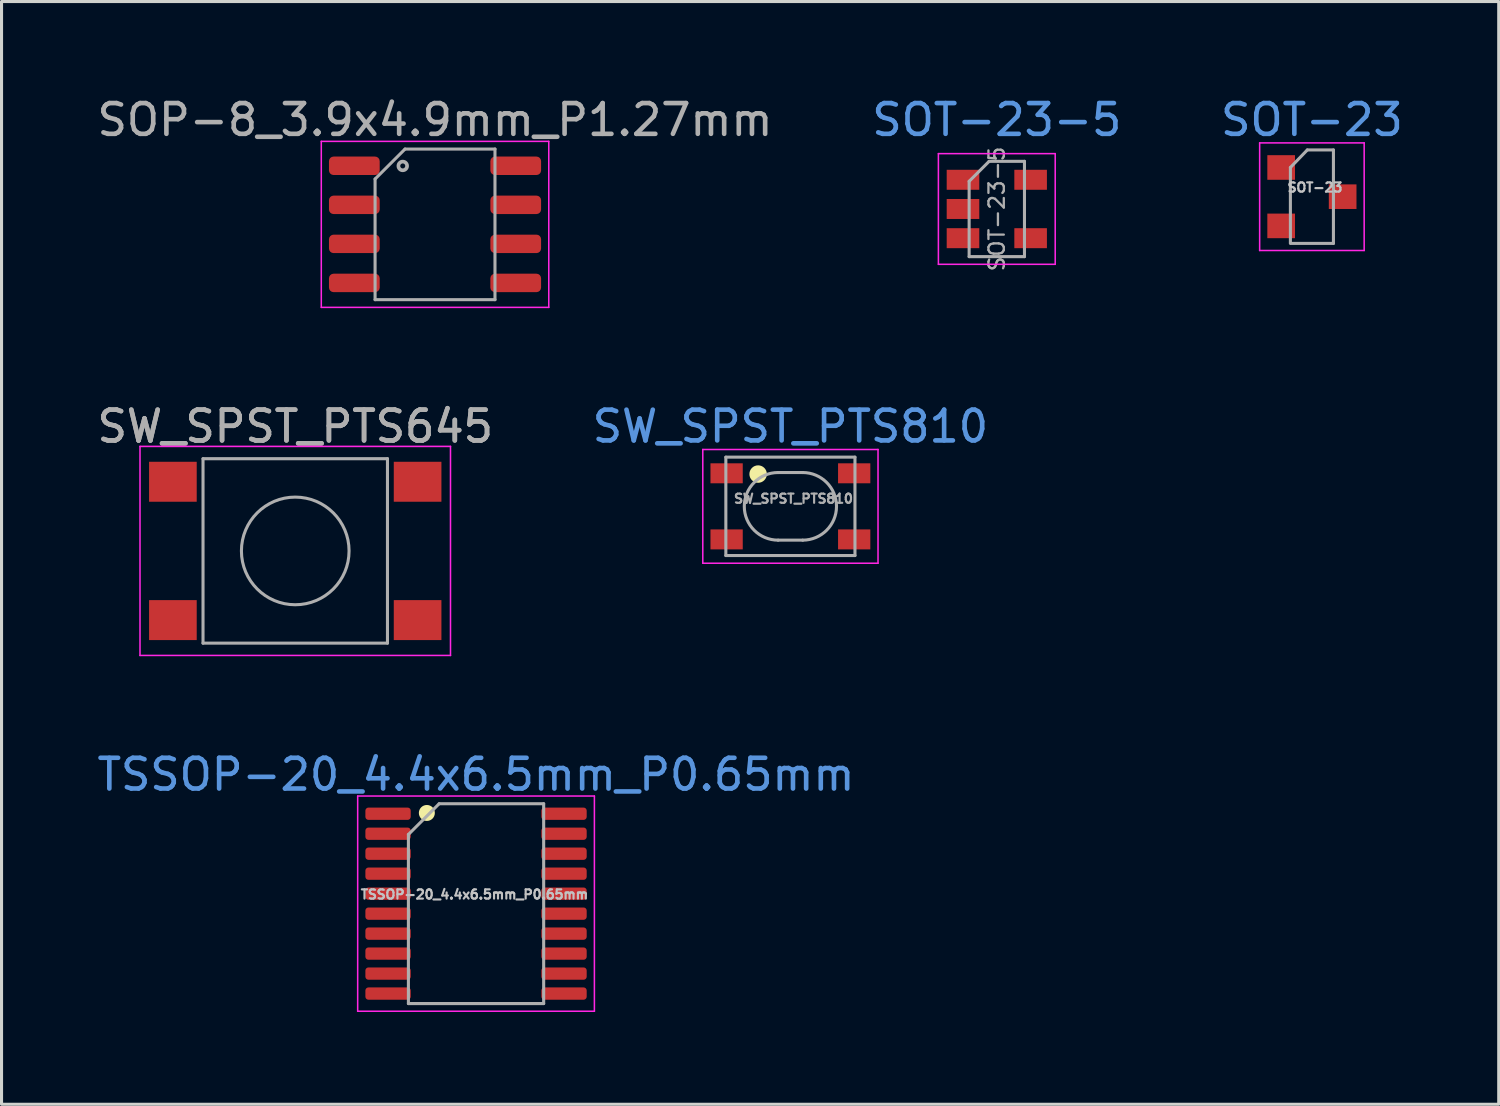
<source format=kicad_pcb>
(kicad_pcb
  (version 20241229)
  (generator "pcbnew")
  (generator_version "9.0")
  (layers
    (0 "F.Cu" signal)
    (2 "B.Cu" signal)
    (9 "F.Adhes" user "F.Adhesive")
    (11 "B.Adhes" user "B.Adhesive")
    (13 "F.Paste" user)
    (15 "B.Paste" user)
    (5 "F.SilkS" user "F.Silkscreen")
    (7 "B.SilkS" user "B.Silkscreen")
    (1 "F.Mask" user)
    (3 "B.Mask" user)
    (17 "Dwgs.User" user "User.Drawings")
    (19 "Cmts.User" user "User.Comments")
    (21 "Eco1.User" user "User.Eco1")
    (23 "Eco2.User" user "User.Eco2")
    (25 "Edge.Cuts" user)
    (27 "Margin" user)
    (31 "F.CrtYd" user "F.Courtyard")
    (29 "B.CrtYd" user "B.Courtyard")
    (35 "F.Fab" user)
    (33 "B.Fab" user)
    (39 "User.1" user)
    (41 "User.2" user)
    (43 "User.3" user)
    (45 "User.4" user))
  (footprint "SW_SPST_PTS645"
    (layer "F.Cu")
    (at 6.554 14.871)
    (property "Reference" "SW_SPST_PTS645" (at 0 -4.05 0) (layer "F.Fab") (effects (font (size 1 1) (thickness 0.15))))
    (attr smd)
    (fp_line (start -5.05 -3.4) (end -5.05 3.4) (stroke (width 0.05) (type solid)) (layer "F.CrtYd"))
    (fp_line (start -5.05 -3.4) (end 5.05 -3.4) (stroke (width 0.05) (type solid)) (layer "F.CrtYd"))
    (fp_line (start -5.05 3.4) (end 5.05 3.4) (stroke (width 0.05) (type solid)) (layer "F.CrtYd"))
    (fp_line (start 5.05 3.4) (end 5.05 -3.4) (stroke (width 0.05) (type solid)) (layer "F.CrtYd"))
    (fp_line (start -3 -3) (end -3 3) (stroke (width 0.1) (type solid)) (layer "F.Fab"))
    (fp_line (start -3 3) (end 3 3) (stroke (width 0.1) (type solid)) (layer "F.Fab"))
    (fp_line (start 3 -3) (end -3 -3) (stroke (width 0.1) (type solid)) (layer "F.Fab"))
    (fp_line (start 3 3) (end 3 -3) (stroke (width 0.1) (type solid)) (layer "F.Fab"))
    (fp_circle (center 0 0) (end 1.75 -0.05) (stroke (width 0.1) (type solid)) (fill no) (layer "F.Fab"))
    (fp_text user "${REFERENCE}" (at 0 -4.05 0) (layer "F.Fab") (effects (font (size 1 1) (thickness 0.15))))
    (pad "1" smd rect (at -3.98 -2.25) (size 1.55 1.3) (layers "F.Cu" "F.Mask" "F.Paste"))
    (pad "1" smd rect (at 3.98 -2.25) (size 1.55 1.3) (layers "F.Cu" "F.Mask" "F.Paste"))
    (pad "2" smd rect (at -3.98 2.25) (size 1.55 1.3) (layers "F.Cu" "F.Mask" "F.Paste"))
    (pad "2" smd rect (at 3.98 2.25) (size 1.55 1.3) (layers "F.Cu" "F.Mask" "F.Paste")))
  (footprint "SOT-23"
    (layer "F.Cu")
    (at 39.625 3.348)
    (property "Reference" "SOT-23" (at 0 -2.5 0) (layer "Cmts.User") (effects (font (size 1 1) (thickness 0.15))))
    (attr smd)
    (fp_line (start -1.7 -1.75) (end 1.7 -1.75) (stroke (width 0.05) (type solid)) (layer "F.CrtYd"))
    (fp_line (start -1.7 1.75) (end -1.7 -1.75) (stroke (width 0.05) (type solid)) (layer "F.CrtYd"))
    (fp_line (start 1.7 -1.75) (end 1.7 1.75) (stroke (width 0.05) (type solid)) (layer "F.CrtYd"))
    (fp_line (start 1.7 1.75) (end -1.7 1.75) (stroke (width 0.05) (type solid)) (layer "F.CrtYd"))
    (fp_line (start -0.7 -0.95) (end -0.7 1.5) (stroke (width 0.1) (type solid)) (layer "F.Fab"))
    (fp_line (start -0.7 -0.95) (end -0.15 -1.52) (stroke (width 0.1) (type solid)) (layer "F.Fab"))
    (fp_line (start -0.7 1.52) (end 0.7 1.52) (stroke (width 0.1) (type solid)) (layer "F.Fab"))
    (fp_line (start -0.15 -1.52) (end 0.7 -1.52) (stroke (width 0.1) (type solid)) (layer "F.Fab"))
    (fp_line (start 0.7 -1.52) (end 0.7 1.52) (stroke (width 0.1) (type solid)) (layer "F.Fab"))
    (fp_text user "${REFERENCE}" (at 0.1 -0.3 0) (unlocked yes) (layer "Dwgs.User") (effects (font (size 0.3 0.3) (thickness 0.07) (bold yes))))
    (pad "1" smd rect (at -1 -0.95) (size 0.9 0.8) (layers "F.Cu" "F.Mask" "F.Paste"))
    (pad "2" smd rect (at -1 0.95) (size 0.9 0.8) (layers "F.Cu" "F.Mask" "F.Paste"))
    (pad "3" smd rect (at 1 0) (size 0.9 0.8) (layers "F.Cu" "F.Mask" "F.Paste")))
  (footprint "TSSOP-20_4.4x6.5mm_P0.65mm"
    (layer "F.Cu")
    (at 12.435 26.345)
    (property "Reference" "TSSOP-20_4.4x6.5mm_P0.65mm" (at 0 -4.2 0) (layer "Cmts.User") (effects (font (size 1 1) (thickness 0.15))))
    (attr smd)
    (fp_circle (center -1.6 -2.95) (end -1.4 -2.95) (stroke (width 0.12) (type solid)) (fill yes) (layer "F.SilkS"))
    (fp_line (start -3.85 -3.5) (end -3.85 3.5) (stroke (width 0.05) (type solid)) (layer "F.CrtYd"))
    (fp_line (start -3.85 3.5) (end 3.85 3.5) (stroke (width 0.05) (type solid)) (layer "F.CrtYd"))
    (fp_line (start 3.85 -3.5) (end -3.85 -3.5) (stroke (width 0.05) (type solid)) (layer "F.CrtYd"))
    (fp_line (start 3.85 3.5) (end 3.85 -3.5) (stroke (width 0.05) (type solid)) (layer "F.CrtYd"))
    (fp_line (start -2.2 -2.25) (end -1.2 -3.25) (stroke (width 0.1) (type solid)) (layer "F.Fab"))
    (fp_line (start -2.2 3.25) (end -2.2 -2.25) (stroke (width 0.1) (type solid)) (layer "F.Fab"))
    (fp_line (start -1.2 -3.25) (end 2.2 -3.25) (stroke (width 0.1) (type solid)) (layer "F.Fab"))
    (fp_line (start 2.2 -3.25) (end 2.2 3.25) (stroke (width 0.1) (type solid)) (layer "F.Fab"))
    (fp_line (start 2.2 3.25) (end -2.2 3.25) (stroke (width 0.1) (type solid)) (layer "F.Fab"))
    (fp_text user "${REFERENCE}" (at -0.05 -0.3 0) (unlocked yes) (layer "Dwgs.User") (effects (font (size 0.3 0.3) (thickness 0.07) (bold yes))))
    (pad "1" smd roundrect (at -2.862 -2.925) (size 1.475 0.4) (layers "F.Cu" "F.Mask" "F.Paste") (roundrect_rratio 0.25))
    (pad "2" smd roundrect (at -2.862 -2.275) (size 1.475 0.4) (layers "F.Cu" "F.Mask" "F.Paste") (roundrect_rratio 0.25))
    (pad "3" smd roundrect (at -2.862 -1.625) (size 1.475 0.4) (layers "F.Cu" "F.Mask" "F.Paste") (roundrect_rratio 0.25))
    (pad "4" smd roundrect (at -2.862 -0.975) (size 1.475 0.4) (layers "F.Cu" "F.Mask" "F.Paste") (roundrect_rratio 0.25))
    (pad "5" smd roundrect (at -2.862 -0.325) (size 1.475 0.4) (layers "F.Cu" "F.Mask" "F.Paste") (roundrect_rratio 0.25))
    (pad "6" smd roundrect (at -2.862 0.325) (size 1.475 0.4) (layers "F.Cu" "F.Mask" "F.Paste") (roundrect_rratio 0.25))
    (pad "7" smd roundrect (at -2.862 0.975) (size 1.475 0.4) (layers "F.Cu" "F.Mask" "F.Paste") (roundrect_rratio 0.25))
    (pad "8" smd roundrect (at -2.862 1.625) (size 1.475 0.4) (layers "F.Cu" "F.Mask" "F.Paste") (roundrect_rratio 0.25))
    (pad "9" smd roundrect (at -2.862 2.275) (size 1.475 0.4) (layers "F.Cu" "F.Mask" "F.Paste") (roundrect_rratio 0.25))
    (pad "10" smd roundrect (at -2.862 2.925) (size 1.475 0.4) (layers "F.Cu" "F.Mask" "F.Paste") (roundrect_rratio 0.25))
    (pad "11" smd roundrect (at 2.862 2.925) (size 1.475 0.4) (layers "F.Cu" "F.Mask" "F.Paste") (roundrect_rratio 0.25))
    (pad "12" smd roundrect (at 2.862 2.275) (size 1.475 0.4) (layers "F.Cu" "F.Mask" "F.Paste") (roundrect_rratio 0.25))
    (pad "13" smd roundrect (at 2.862 1.625) (size 1.475 0.4) (layers "F.Cu" "F.Mask" "F.Paste") (roundrect_rratio 0.25))
    (pad "14" smd roundrect (at 2.862 0.975) (size 1.475 0.4) (layers "F.Cu" "F.Mask" "F.Paste") (roundrect_rratio 0.25))
    (pad "15" smd roundrect (at 2.862 0.325) (size 1.475 0.4) (layers "F.Cu" "F.Mask" "F.Paste") (roundrect_rratio 0.25))
    (pad "16" smd roundrect (at 2.862 -0.325) (size 1.475 0.4) (layers "F.Cu" "F.Mask" "F.Paste") (roundrect_rratio 0.25))
    (pad "17" smd roundrect (at 2.862 -0.975) (size 1.475 0.4) (layers "F.Cu" "F.Mask" "F.Paste") (roundrect_rratio 0.25))
    (pad "18" smd roundrect (at 2.862 -1.625) (size 1.475 0.4) (layers "F.Cu" "F.Mask" "F.Paste") (roundrect_rratio 0.25))
    (pad "19" smd roundrect (at 2.862 -2.275) (size 1.475 0.4) (layers "F.Cu" "F.Mask" "F.Paste") (roundrect_rratio 0.25))
    (pad "20" smd roundrect (at 2.862 -2.925) (size 1.475 0.4) (layers "F.Cu" "F.Mask" "F.Paste") (roundrect_rratio 0.25)))
  (footprint "SW_SPST_PTS810"
    (layer "F.Cu")
    (at 22.661 13.421)
    (property "Reference" "SW_SPST_PTS810" (at 0 -2.6 0) (layer "Cmts.User") (effects (font (size 1 1) (thickness 0.15))))
    (attr smd)
    (fp_circle (center -1.05 -1.05) (end -0.826 -1.05) (stroke (width 0.12) (type solid)) (fill yes) (layer "F.SilkS"))
    (fp_line (start -2.85 -1.85) (end 2.85 -1.85) (stroke (width 0.05) (type solid)) (layer "F.CrtYd"))
    (fp_line (start -2.85 1.85) (end -2.85 -1.85) (stroke (width 0.05) (type solid)) (layer "F.CrtYd"))
    (fp_line (start 2.85 -1.85) (end 2.85 1.85) (stroke (width 0.05) (type solid)) (layer "F.CrtYd"))
    (fp_line (start 2.85 1.85) (end -2.85 1.85) (stroke (width 0.05) (type solid)) (layer "F.CrtYd"))
    (fp_line (start -2.1 -1.6) (end -2.1 1.6) (stroke (width 0.1) (type solid)) (layer "F.Fab"))
    (fp_line (start -2.1 1.6) (end 2.1 1.6) (stroke (width 0.1) (type solid)) (layer "F.Fab"))
    (fp_line (start -0.4 -1.1) (end 0.4 -1.1) (stroke (width 0.1) (type solid)) (layer "F.Fab"))
    (fp_line (start 0.4 1.1) (end -0.4 1.1) (stroke (width 0.1) (type solid)) (layer "F.Fab"))
    (fp_line (start 2.1 -1.6) (end -2.1 -1.6) (stroke (width 0.1) (type solid)) (layer "F.Fab"))
    (fp_line (start 2.1 1.6) (end 2.1 -1.6) (stroke (width 0.1) (type solid)) (layer "F.Fab"))
    (fp_arc (start -0.4 1.1) (mid -1.5 0) (end -0.4 -1.1) (stroke (width 0.1) (type solid)) (layer "F.Fab"))
    (fp_arc (start 0.4 -1.1) (mid 1.5 0) (end 0.4 1.1) (stroke (width 0.1) (type solid)) (layer "F.Fab"))
    (fp_text user "${REFERENCE}" (at 0.1 -0.25 0) (unlocked yes) (layer "F.Fab") (effects (font (size 0.3 0.3) (thickness 0.07) (bold yes))))
    (pad "1" smd rect (at -2.075 -1.075) (size 1.05 0.65) (layers "F.Cu" "F.Mask" "F.Paste"))
    (pad "1" smd rect (at 2.075 -1.075) (size 1.05 0.65) (layers "F.Cu" "F.Mask" "F.Paste"))
    (pad "2" smd rect (at -2.075 1.075) (size 1.05 0.65) (layers "F.Cu" "F.Mask" "F.Paste"))
    (pad "2" smd rect (at 2.075 1.075) (size 1.05 0.65) (layers "F.Cu" "F.Mask" "F.Paste")))
  (footprint "SOP-8_3.9x4.9mm_P1.27mm"
    (layer "F.Cu")
    (at 11.101 4.248)
    (property "Reference" "SOP-8_3.9x4.9mm_P1.27mm" (at 0 -3.4 0) (layer "F.Fab") (effects (font (size 1 1) (thickness 0.15))))
    (attr smd)
    (fp_line (start -3.7 -2.7) (end -3.7 2.7) (stroke (width 0.05) (type solid)) (layer "F.CrtYd"))
    (fp_line (start -3.7 2.7) (end 3.7 2.7) (stroke (width 0.05) (type solid)) (layer "F.CrtYd"))
    (fp_line (start 3.7 -2.7) (end -3.7 -2.7) (stroke (width 0.05) (type solid)) (layer "F.CrtYd"))
    (fp_line (start 3.7 2.7) (end 3.7 -2.7) (stroke (width 0.05) (type solid)) (layer "F.CrtYd"))
    (fp_line (start -1.95 -1.475) (end -0.975 -2.45) (stroke (width 0.1) (type solid)) (layer "F.Fab"))
    (fp_line (start -1.95 2.45) (end -1.95 -1.475) (stroke (width 0.1) (type solid)) (layer "F.Fab"))
    (fp_line (start -0.975 -2.45) (end 1.95 -2.45) (stroke (width 0.1) (type solid)) (layer "F.Fab"))
    (fp_line (start 1.95 -2.45) (end 1.95 2.45) (stroke (width 0.1) (type solid)) (layer "F.Fab"))
    (fp_line (start 1.95 2.45) (end -1.95 2.45) (stroke (width 0.1) (type solid)) (layer "F.Fab"))
    (fp_circle (center -1.05 -1.9) (end -0.909 -1.9) (stroke (width 0.12) (type solid)) (fill no) (layer "F.Fab"))
    (pad "1" smd roundrect (at -2.625 -1.905) (size 1.65 0.6) (layers "F.Cu" "F.Mask" "F.Paste") (roundrect_rratio 0.25))
    (pad "2" smd roundrect (at -2.625 -0.635) (size 1.65 0.6) (layers "F.Cu" "F.Mask" "F.Paste") (roundrect_rratio 0.25))
    (pad "3" smd roundrect (at -2.625 0.635) (size 1.65 0.6) (layers "F.Cu" "F.Mask" "F.Paste") (roundrect_rratio 0.25))
    (pad "4" smd roundrect (at -2.625 1.905) (size 1.65 0.6) (layers "F.Cu" "F.Mask" "F.Paste") (roundrect_rratio 0.25))
    (pad "5" smd roundrect (at 2.625 1.905) (size 1.65 0.6) (layers "F.Cu" "F.Mask" "F.Paste") (roundrect_rratio 0.25))
    (pad "6" smd roundrect (at 2.625 0.635) (size 1.65 0.6) (layers "F.Cu" "F.Mask" "F.Paste") (roundrect_rratio 0.25))
    (pad "7" smd roundrect (at 2.625 -0.635) (size 1.65 0.6) (layers "F.Cu" "F.Mask" "F.Paste") (roundrect_rratio 0.25))
    (pad "8" smd roundrect (at 2.625 -1.905) (size 1.65 0.6) (layers "F.Cu" "F.Mask" "F.Paste") (roundrect_rratio 0.25)))
  (footprint "SOT-23-5"
    (layer "F.Cu")
    (at 29.375 3.748)
    (property "Reference" "SOT-23-5" (at 0 -2.9 0) (layer "Cmts.User") (effects (font (size 1 1) (thickness 0.15))))
    (attr smd)
    (fp_line (start -1.9 -1.8) (end 1.9 -1.8) (stroke (width 0.05) (type solid)) (layer "F.CrtYd"))
    (fp_line (start -1.9 1.8) (end -1.9 -1.8) (stroke (width 0.05) (type solid)) (layer "F.CrtYd"))
    (fp_line (start 1.9 -1.8) (end 1.9 1.8) (stroke (width 0.05) (type solid)) (layer "F.CrtYd"))
    (fp_line (start 1.9 1.8) (end -1.9 1.8) (stroke (width 0.05) (type solid)) (layer "F.CrtYd"))
    (fp_line (start -0.9 -0.9) (end -0.9 1.55) (stroke (width 0.1) (type solid)) (layer "F.Fab"))
    (fp_line (start -0.9 -0.9) (end -0.25 -1.55) (stroke (width 0.1) (type solid)) (layer "F.Fab"))
    (fp_line (start 0.9 -1.55) (end -0.25 -1.55) (stroke (width 0.1) (type solid)) (layer "F.Fab"))
    (fp_line (start 0.9 -1.55) (end 0.9 1.55) (stroke (width 0.1) (type solid)) (layer "F.Fab"))
    (fp_line (start 0.9 1.55) (end -0.9 1.55) (stroke (width 0.1) (type solid)) (layer "F.Fab"))
    (fp_text user "${REFERENCE}" (at 0 0 90) (layer "F.Fab") (effects (font (size 0.5 0.5) (thickness 0.075))))
    (pad "1" smd rect (at -1.1 -0.95) (size 1.06 0.65) (layers "F.Cu" "F.Mask" "F.Paste"))
    (pad "2" connect rect (at -1.1 0) (size 1.06 0.65) (layers "F.Cu" "F.Mask"))
    (pad "3" smd rect (at -1.1 0.95) (size 1.06 0.65) (layers "F.Cu" "F.Mask" "F.Paste"))
    (pad "4" smd rect (at 1.1 0.95) (size 1.06 0.65) (layers "F.Cu" "F.Mask" "F.Paste"))
    (pad "5" smd rect (at 1.1 -0.95) (size 1.06 0.65) (layers "F.Cu" "F.Mask" "F.Paste")))
  (gr_rect
    (start -3 -3)
    (end 45.702 32.87)
    (stroke (width 0.1) (type default))
    (fill no)
    (layer "Edge.Cuts")))
</source>
